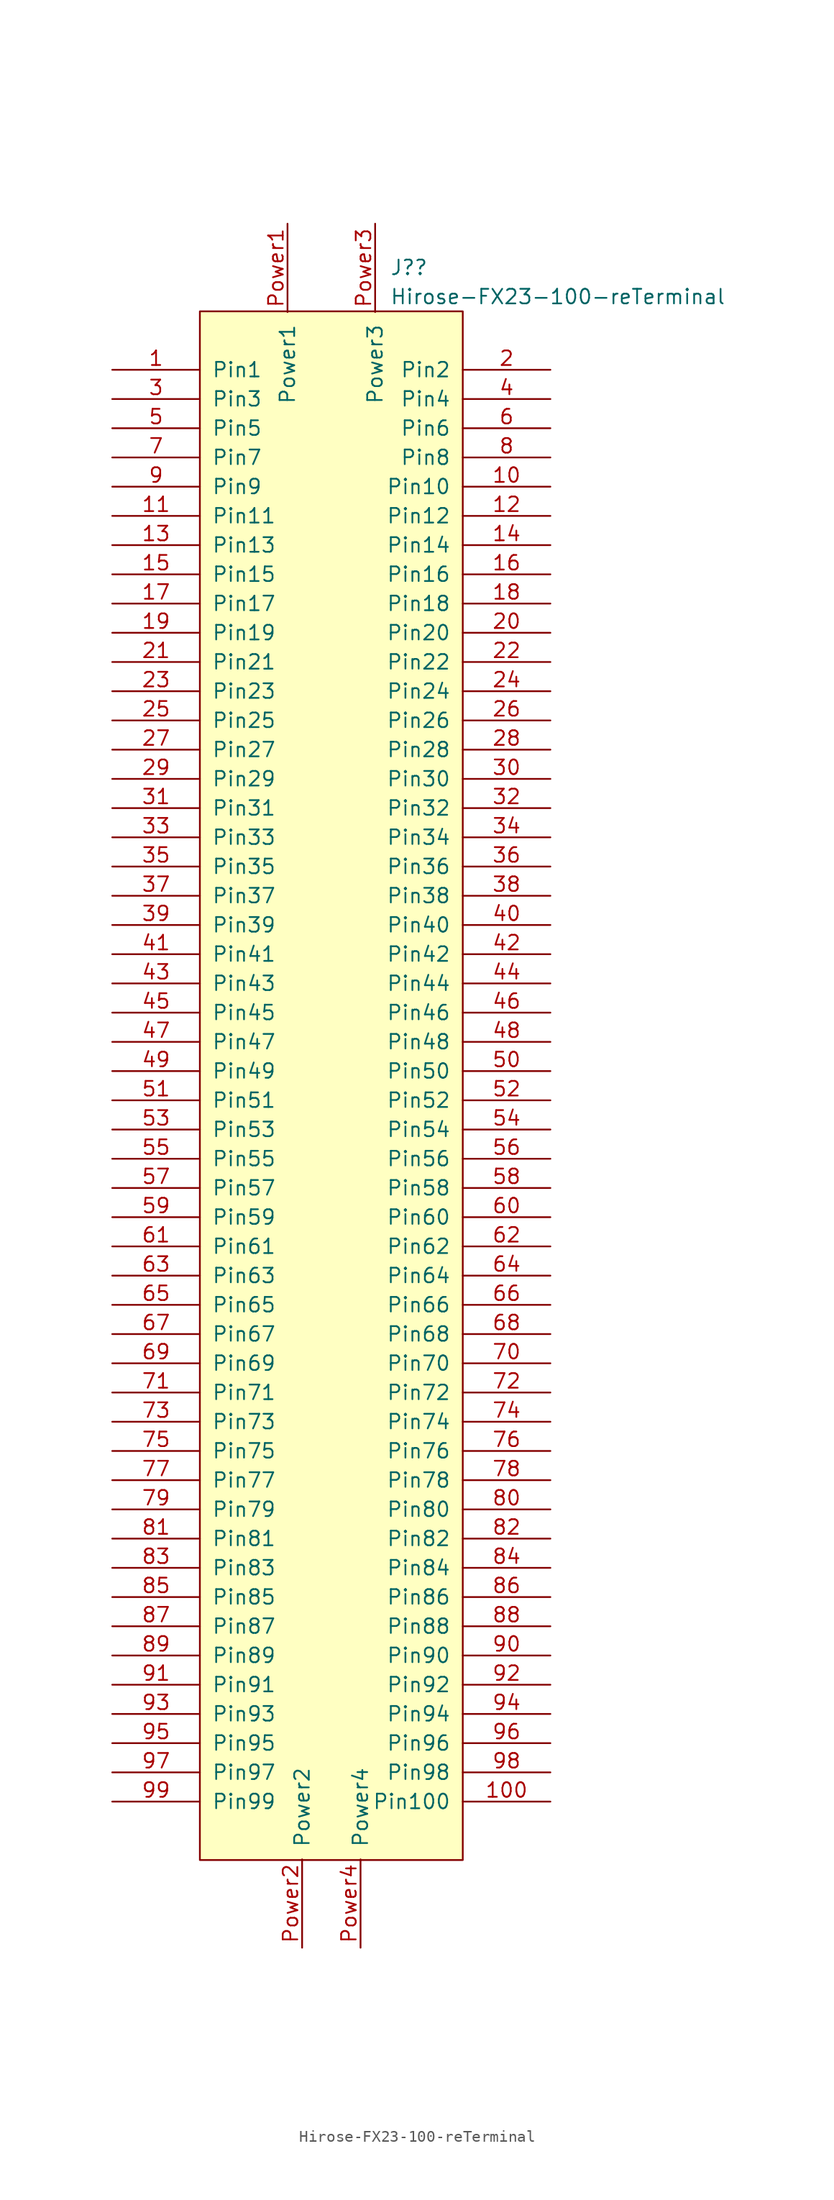
<source format=kicad_sym>
(kicad_symbol_lib
  (version 20211014)
  (generator kicad_symbol_editor)
  (symbol "Hirose-FX23-100-reTerminal"
    (pin_names
      (offset 1.016))
    (property "Reference" "J?"
      (at 5.08 71.12 0)
      (effects (font (size 1.27 1.27)) (justify left)))
    (property "Value" "Hirose-FX23-100-reTerminal"
      (at 5.08 68.58 0)
      (effects (font (size 1.27 1.27)) (justify left)))
    (symbol "Hirose-FX23-100-reTerminal_0_0"
      (pin passive line (at -3.81 74.93 270) (length 7.68) (name "Power1" (effects (font (size 1.27 1.27)))) (number "Power1" (effects (font (size 1.27 1.27)))))
      (pin passive line (at -2.54 -74.93 90) (length 7.68) (name "Power2" (effects (font (size 1.27 1.27)))) (number "Power2" (effects (font (size 1.27 1.27)))))
      (pin passive line (at 3.81 74.93 270) (length 7.68) (name "Power3" (effects (font (size 1.27 1.27)))) (number "Power3" (effects (font (size 1.27 1.27)))))
      (pin passive line (at 2.54 -74.93 90) (length 7.68) (name "Power4" (effects (font (size 1.27 1.27)))) (number "Power4" (effects (font (size 1.27 1.27))))))
    (symbol "Hirose-FX23-100-reTerminal_1_0"
      (rectangle (start -11.43 -67.31) (end 11.43 67.31) (stroke (width 0) (type default) (color 0 0 0 0)) (fill (type background))))
    (symbol "Hirose-FX23-100-reTerminal_1_1"
      (pin passive line (at -19.05 62.23 0) (length 7.62) (name "Pin1" (effects (font (size 1.27 1.27)))) (number "1" (effects (font (size 1.27 1.27)))))
      (pin passive line (at 19.05 52.07 180) (length 7.62) (name "Pin10" (effects (font (size 1.27 1.27)))) (number "10" (effects (font (size 1.27 1.27)))))
      (pin passive line (at 19.05 -62.23 180) (length 7.62) (name "Pin100" (effects (font (size 1.27 1.27)))) (number "100" (effects (font (size 1.27 1.27)))))
      (pin passive line (at -19.05 49.53 0) (length 7.62) (name "Pin11" (effects (font (size 1.27 1.27)))) (number "11" (effects (font (size 1.27 1.27)))))
      (pin passive line (at 19.05 49.53 180) (length 7.62) (name "Pin12" (effects (font (size 1.27 1.27)))) (number "12" (effects (font (size 1.27 1.27)))))
      (pin passive line (at -19.05 46.99 0) (length 7.62) (name "Pin13" (effects (font (size 1.27 1.27)))) (number "13" (effects (font (size 1.27 1.27)))))
      (pin passive line (at 19.05 46.99 180) (length 7.62) (name "Pin14" (effects (font (size 1.27 1.27)))) (number "14" (effects (font (size 1.27 1.27)))))
      (pin passive line (at -19.05 44.45 0) (length 7.62) (name "Pin15" (effects (font (size 1.27 1.27)))) (number "15" (effects (font (size 1.27 1.27)))))
      (pin passive line (at 19.05 44.45 180) (length 7.62) (name "Pin16" (effects (font (size 1.27 1.27)))) (number "16" (effects (font (size 1.27 1.27)))))
      (pin passive line (at -19.05 41.91 0) (length 7.62) (name "Pin17" (effects (font (size 1.27 1.27)))) (number "17" (effects (font (size 1.27 1.27)))))
      (pin passive line (at 19.05 41.91 180) (length 7.62) (name "Pin18" (effects (font (size 1.27 1.27)))) (number "18" (effects (font (size 1.27 1.27)))))
      (pin passive line (at -19.05 39.37 0) (length 7.62) (name "Pin19" (effects (font (size 1.27 1.27)))) (number "19" (effects (font (size 1.27 1.27)))))
      (pin passive line (at 19.05 62.23 180) (length 7.62) (name "Pin2" (effects (font (size 1.27 1.27)))) (number "2" (effects (font (size 1.27 1.27)))))
      (pin passive line (at 19.05 39.37 180) (length 7.62) (name "Pin20" (effects (font (size 1.27 1.27)))) (number "20" (effects (font (size 1.27 1.27)))))
      (pin passive line (at -19.05 36.83 0) (length 7.62) (name "Pin21" (effects (font (size 1.27 1.27)))) (number "21" (effects (font (size 1.27 1.27)))))
      (pin passive line (at 19.05 36.83 180) (length 7.62) (name "Pin22" (effects (font (size 1.27 1.27)))) (number "22" (effects (font (size 1.27 1.27)))))
      (pin passive line (at -19.05 34.29 0) (length 7.62) (name "Pin23" (effects (font (size 1.27 1.27)))) (number "23" (effects (font (size 1.27 1.27)))))
      (pin passive line (at 19.05 34.29 180) (length 7.62) (name "Pin24" (effects (font (size 1.27 1.27)))) (number "24" (effects (font (size 1.27 1.27)))))
      (pin passive line (at -19.05 31.75 0) (length 7.62) (name "Pin25" (effects (font (size 1.27 1.27)))) (number "25" (effects (font (size 1.27 1.27)))))
      (pin passive line (at 19.05 31.75 180) (length 7.62) (name "Pin26" (effects (font (size 1.27 1.27)))) (number "26" (effects (font (size 1.27 1.27)))))
      (pin passive line (at -19.05 29.21 0) (length 7.62) (name "Pin27" (effects (font (size 1.27 1.27)))) (number "27" (effects (font (size 1.27 1.27)))))
      (pin passive line (at 19.05 29.21 180) (length 7.62) (name "Pin28" (effects (font (size 1.27 1.27)))) (number "28" (effects (font (size 1.27 1.27)))))
      (pin passive line (at -19.05 26.67 0) (length 7.62) (name "Pin29" (effects (font (size 1.27 1.27)))) (number "29" (effects (font (size 1.27 1.27)))))
      (pin passive line (at -19.05 59.69 0) (length 7.62) (name "Pin3" (effects (font (size 1.27 1.27)))) (number "3" (effects (font (size 1.27 1.27)))))
      (pin passive line (at 19.05 26.67 180) (length 7.62) (name "Pin30" (effects (font (size 1.27 1.27)))) (number "30" (effects (font (size 1.27 1.27)))))
      (pin passive line (at -19.05 24.13 0) (length 7.62) (name "Pin31" (effects (font (size 1.27 1.27)))) (number "31" (effects (font (size 1.27 1.27)))))
      (pin passive line (at 19.05 24.13 180) (length 7.62) (name "Pin32" (effects (font (size 1.27 1.27)))) (number "32" (effects (font (size 1.27 1.27)))))
      (pin passive line (at -19.05 21.59 0) (length 7.62) (name "Pin33" (effects (font (size 1.27 1.27)))) (number "33" (effects (font (size 1.27 1.27)))))
      (pin passive line (at 19.05 21.59 180) (length 7.62) (name "Pin34" (effects (font (size 1.27 1.27)))) (number "34" (effects (font (size 1.27 1.27)))))
      (pin passive line (at -19.05 19.05 0) (length 7.62) (name "Pin35" (effects (font (size 1.27 1.27)))) (number "35" (effects (font (size 1.27 1.27)))))
      (pin passive line (at 19.05 19.05 180) (length 7.62) (name "Pin36" (effects (font (size 1.27 1.27)))) (number "36" (effects (font (size 1.27 1.27)))))
      (pin passive line (at -19.05 16.51 0) (length 7.62) (name "Pin37" (effects (font (size 1.27 1.27)))) (number "37" (effects (font (size 1.27 1.27)))))
      (pin passive line (at 19.05 16.51 180) (length 7.62) (name "Pin38" (effects (font (size 1.27 1.27)))) (number "38" (effects (font (size 1.27 1.27)))))
      (pin passive line (at -19.05 13.97 0) (length 7.62) (name "Pin39" (effects (font (size 1.27 1.27)))) (number "39" (effects (font (size 1.27 1.27)))))
      (pin passive line (at 19.05 59.69 180) (length 7.62) (name "Pin4" (effects (font (size 1.27 1.27)))) (number "4" (effects (font (size 1.27 1.27)))))
      (pin passive line (at 19.05 13.97 180) (length 7.62) (name "Pin40" (effects (font (size 1.27 1.27)))) (number "40" (effects (font (size 1.27 1.27)))))
      (pin passive line (at -19.05 11.43 0) (length 7.62) (name "Pin41" (effects (font (size 1.27 1.27)))) (number "41" (effects (font (size 1.27 1.27)))))
      (pin passive line (at 19.05 11.43 180) (length 7.62) (name "Pin42" (effects (font (size 1.27 1.27)))) (number "42" (effects (font (size 1.27 1.27)))))
      (pin passive line (at -19.05 8.89 0) (length 7.62) (name "Pin43" (effects (font (size 1.27 1.27)))) (number "43" (effects (font (size 1.27 1.27)))))
      (pin passive line (at 19.05 8.89 180) (length 7.62) (name "Pin44" (effects (font (size 1.27 1.27)))) (number "44" (effects (font (size 1.27 1.27)))))
      (pin passive line (at -19.05 6.35 0) (length 7.62) (name "Pin45" (effects (font (size 1.27 1.27)))) (number "45" (effects (font (size 1.27 1.27)))))
      (pin passive line (at 19.05 6.35 180) (length 7.62) (name "Pin46" (effects (font (size 1.27 1.27)))) (number "46" (effects (font (size 1.27 1.27)))))
      (pin passive line (at -19.05 3.81 0) (length 7.62) (name "Pin47" (effects (font (size 1.27 1.27)))) (number "47" (effects (font (size 1.27 1.27)))))
      (pin passive line (at 19.05 3.81 180) (length 7.62) (name "Pin48" (effects (font (size 1.27 1.27)))) (number "48" (effects (font (size 1.27 1.27)))))
      (pin passive line (at -19.05 1.27 0) (length 7.62) (name "Pin49" (effects (font (size 1.27 1.27)))) (number "49" (effects (font (size 1.27 1.27)))))
      (pin passive line (at -19.05 57.15 0) (length 7.62) (name "Pin5" (effects (font (size 1.27 1.27)))) (number "5" (effects (font (size 1.27 1.27)))))
      (pin passive line (at 19.05 1.27 180) (length 7.62) (name "Pin50" (effects (font (size 1.27 1.27)))) (number "50" (effects (font (size 1.27 1.27)))))
      (pin passive line (at -19.05 -1.27 0) (length 7.62) (name "Pin51" (effects (font (size 1.27 1.27)))) (number "51" (effects (font (size 1.27 1.27)))))
      (pin passive line (at 19.05 -1.27 180) (length 7.62) (name "Pin52" (effects (font (size 1.27 1.27)))) (number "52" (effects (font (size 1.27 1.27)))))
      (pin passive line (at -19.05 -3.81 0) (length 7.62) (name "Pin53" (effects (font (size 1.27 1.27)))) (number "53" (effects (font (size 1.27 1.27)))))
      (pin passive line (at 19.05 -3.81 180) (length 7.62) (name "Pin54" (effects (font (size 1.27 1.27)))) (number "54" (effects (font (size 1.27 1.27)))))
      (pin passive line (at -19.05 -6.35 0) (length 7.62) (name "Pin55" (effects (font (size 1.27 1.27)))) (number "55" (effects (font (size 1.27 1.27)))))
      (pin passive line (at 19.05 -6.35 180) (length 7.62) (name "Pin56" (effects (font (size 1.27 1.27)))) (number "56" (effects (font (size 1.27 1.27)))))
      (pin passive line (at -19.05 -8.89 0) (length 7.62) (name "Pin57" (effects (font (size 1.27 1.27)))) (number "57" (effects (font (size 1.27 1.27)))))
      (pin passive line (at 19.05 -8.89 180) (length 7.62) (name "Pin58" (effects (font (size 1.27 1.27)))) (number "58" (effects (font (size 1.27 1.27)))))
      (pin passive line (at -19.05 -11.43 0) (length 7.62) (name "Pin59" (effects (font (size 1.27 1.27)))) (number "59" (effects (font (size 1.27 1.27)))))
      (pin passive line (at 19.05 57.15 180) (length 7.62) (name "Pin6" (effects (font (size 1.27 1.27)))) (number "6" (effects (font (size 1.27 1.27)))))
      (pin passive line (at 19.05 -11.43 180) (length 7.62) (name "Pin60" (effects (font (size 1.27 1.27)))) (number "60" (effects (font (size 1.27 1.27)))))
      (pin passive line (at -19.05 -13.97 0) (length 7.62) (name "Pin61" (effects (font (size 1.27 1.27)))) (number "61" (effects (font (size 1.27 1.27)))))
      (pin passive line (at 19.05 -13.97 180) (length 7.62) (name "Pin62" (effects (font (size 1.27 1.27)))) (number "62" (effects (font (size 1.27 1.27)))))
      (pin passive line (at -19.05 -16.51 0) (length 7.62) (name "Pin63" (effects (font (size 1.27 1.27)))) (number "63" (effects (font (size 1.27 1.27)))))
      (pin passive line (at 19.05 -16.51 180) (length 7.62) (name "Pin64" (effects (font (size 1.27 1.27)))) (number "64" (effects (font (size 1.27 1.27)))))
      (pin passive line (at -19.05 -19.05 0) (length 7.62) (name "Pin65" (effects (font (size 1.27 1.27)))) (number "65" (effects (font (size 1.27 1.27)))))
      (pin passive line (at 19.05 -19.05 180) (length 7.62) (name "Pin66" (effects (font (size 1.27 1.27)))) (number "66" (effects (font (size 1.27 1.27)))))
      (pin passive line (at -19.05 -21.59 0) (length 7.62) (name "Pin67" (effects (font (size 1.27 1.27)))) (number "67" (effects (font (size 1.27 1.27)))))
      (pin passive line (at 19.05 -21.59 180) (length 7.62) (name "Pin68" (effects (font (size 1.27 1.27)))) (number "68" (effects (font (size 1.27 1.27)))))
      (pin passive line (at -19.05 -24.13 0) (length 7.62) (name "Pin69" (effects (font (size 1.27 1.27)))) (number "69" (effects (font (size 1.27 1.27)))))
      (pin passive line (at -19.05 54.61 0) (length 7.62) (name "Pin7" (effects (font (size 1.27 1.27)))) (number "7" (effects (font (size 1.27 1.27)))))
      (pin passive line (at 19.05 -24.13 180) (length 7.62) (name "Pin70" (effects (font (size 1.27 1.27)))) (number "70" (effects (font (size 1.27 1.27)))))
      (pin passive line (at -19.05 -26.67 0) (length 7.62) (name "Pin71" (effects (font (size 1.27 1.27)))) (number "71" (effects (font (size 1.27 1.27)))))
      (pin passive line (at 19.05 -26.67 180) (length 7.62) (name "Pin72" (effects (font (size 1.27 1.27)))) (number "72" (effects (font (size 1.27 1.27)))))
      (pin passive line (at -19.05 -29.21 0) (length 7.62) (name "Pin73" (effects (font (size 1.27 1.27)))) (number "73" (effects (font (size 1.27 1.27)))))
      (pin passive line (at 19.05 -29.21 180) (length 7.62) (name "Pin74" (effects (font (size 1.27 1.27)))) (number "74" (effects (font (size 1.27 1.27)))))
      (pin passive line (at -19.05 -31.75 0) (length 7.62) (name "Pin75" (effects (font (size 1.27 1.27)))) (number "75" (effects (font (size 1.27 1.27)))))
      (pin passive line (at 19.05 -31.75 180) (length 7.62) (name "Pin76" (effects (font (size 1.27 1.27)))) (number "76" (effects (font (size 1.27 1.27)))))
      (pin passive line (at -19.05 -34.29 0) (length 7.62) (name "Pin77" (effects (font (size 1.27 1.27)))) (number "77" (effects (font (size 1.27 1.27)))))
      (pin passive line (at 19.05 -34.29 180) (length 7.62) (name "Pin78" (effects (font (size 1.27 1.27)))) (number "78" (effects (font (size 1.27 1.27)))))
      (pin passive line (at -19.05 -36.83 0) (length 7.62) (name "Pin79" (effects (font (size 1.27 1.27)))) (number "79" (effects (font (size 1.27 1.27)))))
      (pin passive line (at 19.05 54.61 180) (length 7.62) (name "Pin8" (effects (font (size 1.27 1.27)))) (number "8" (effects (font (size 1.27 1.27)))))
      (pin passive line (at 19.05 -36.83 180) (length 7.62) (name "Pin80" (effects (font (size 1.27 1.27)))) (number "80" (effects (font (size 1.27 1.27)))))
      (pin passive line (at -19.05 -39.37 0) (length 7.62) (name "Pin81" (effects (font (size 1.27 1.27)))) (number "81" (effects (font (size 1.27 1.27)))))
      (pin passive line (at 19.05 -39.37 180) (length 7.62) (name "Pin82" (effects (font (size 1.27 1.27)))) (number "82" (effects (font (size 1.27 1.27)))))
      (pin passive line (at -19.05 -41.91 0) (length 7.62) (name "Pin83" (effects (font (size 1.27 1.27)))) (number "83" (effects (font (size 1.27 1.27)))))
      (pin passive line (at 19.05 -41.91 180) (length 7.62) (name "Pin84" (effects (font (size 1.27 1.27)))) (number "84" (effects (font (size 1.27 1.27)))))
      (pin passive line (at -19.05 -44.45 0) (length 7.62) (name "Pin85" (effects (font (size 1.27 1.27)))) (number "85" (effects (font (size 1.27 1.27)))))
      (pin passive line (at 19.05 -44.45 180) (length 7.62) (name "Pin86" (effects (font (size 1.27 1.27)))) (number "86" (effects (font (size 1.27 1.27)))))
      (pin passive line (at -19.05 -46.99 0) (length 7.62) (name "Pin87" (effects (font (size 1.27 1.27)))) (number "87" (effects (font (size 1.27 1.27)))))
      (pin passive line (at 19.05 -46.99 180) (length 7.62) (name "Pin88" (effects (font (size 1.27 1.27)))) (number "88" (effects (font (size 1.27 1.27)))))
      (pin passive line (at -19.05 -49.53 0) (length 7.62) (name "Pin89" (effects (font (size 1.27 1.27)))) (number "89" (effects (font (size 1.27 1.27)))))
      (pin passive line (at -19.05 52.07 0) (length 7.62) (name "Pin9" (effects (font (size 1.27 1.27)))) (number "9" (effects (font (size 1.27 1.27)))))
      (pin passive line (at 19.05 -49.53 180) (length 7.62) (name "Pin90" (effects (font (size 1.27 1.27)))) (number "90" (effects (font (size 1.27 1.27)))))
      (pin passive line (at -19.05 -52.07 0) (length 7.62) (name "Pin91" (effects (font (size 1.27 1.27)))) (number "91" (effects (font (size 1.27 1.27)))))
      (pin passive line (at 19.05 -52.07 180) (length 7.62) (name "Pin92" (effects (font (size 1.27 1.27)))) (number "92" (effects (font (size 1.27 1.27)))))
      (pin passive line (at -19.05 -54.61 0) (length 7.62) (name "Pin93" (effects (font (size 1.27 1.27)))) (number "93" (effects (font (size 1.27 1.27)))))
      (pin passive line (at 19.05 -54.61 180) (length 7.62) (name "Pin94" (effects (font (size 1.27 1.27)))) (number "94" (effects (font (size 1.27 1.27)))))
      (pin passive line (at -19.05 -57.15 0) (length 7.62) (name "Pin95" (effects (font (size 1.27 1.27)))) (number "95" (effects (font (size 1.27 1.27)))))
      (pin passive line (at 19.05 -57.15 180) (length 7.62) (name "Pin96" (effects (font (size 1.27 1.27)))) (number "96" (effects (font (size 1.27 1.27)))))
      (pin passive line (at -19.05 -59.69 0) (length 7.62) (name "Pin97" (effects (font (size 1.27 1.27)))) (number "97" (effects (font (size 1.27 1.27)))))
      (pin passive line (at 19.05 -59.69 180) (length 7.62) (name "Pin98" (effects (font (size 1.27 1.27)))) (number "98" (effects (font (size 1.27 1.27)))))
      (pin passive line (at -19.05 -62.23 0) (length 7.62) (name "Pin99" (effects (font (size 1.27 1.27)))) (number "99" (effects (font (size 1.27 1.27))))))))
</source>
